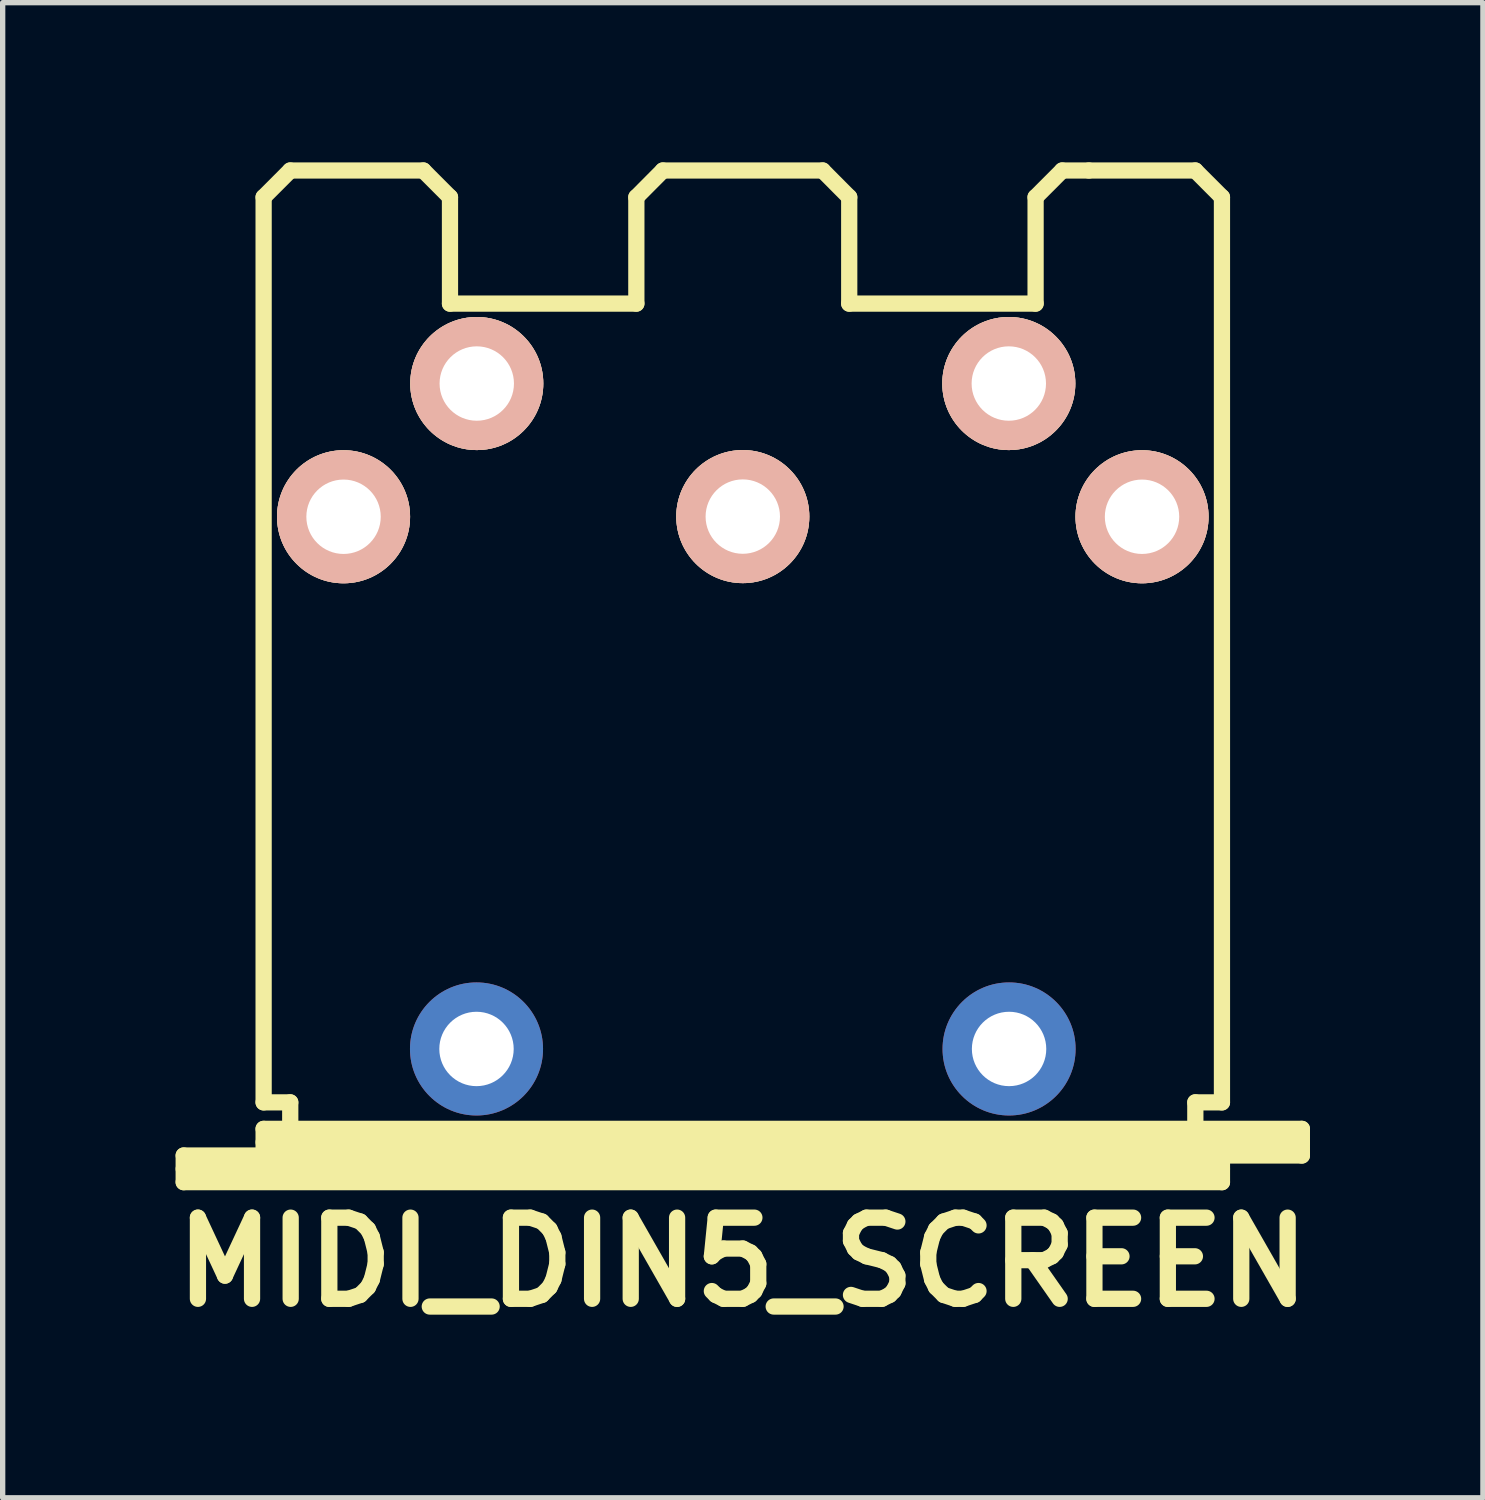
<source format=kicad_pcb>
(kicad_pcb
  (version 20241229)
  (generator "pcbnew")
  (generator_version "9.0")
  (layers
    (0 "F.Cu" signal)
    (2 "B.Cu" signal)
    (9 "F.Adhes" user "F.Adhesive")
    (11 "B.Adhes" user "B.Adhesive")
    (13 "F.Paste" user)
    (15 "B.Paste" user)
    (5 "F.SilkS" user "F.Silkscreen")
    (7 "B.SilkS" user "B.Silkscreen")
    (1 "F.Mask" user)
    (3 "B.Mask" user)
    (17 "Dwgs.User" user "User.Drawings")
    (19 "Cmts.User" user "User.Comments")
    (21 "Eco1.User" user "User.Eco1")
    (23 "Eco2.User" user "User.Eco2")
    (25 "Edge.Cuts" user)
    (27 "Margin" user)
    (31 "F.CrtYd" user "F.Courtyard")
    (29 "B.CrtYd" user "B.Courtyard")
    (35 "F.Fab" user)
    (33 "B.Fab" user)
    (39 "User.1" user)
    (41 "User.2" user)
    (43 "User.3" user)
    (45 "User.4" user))
  (footprint "MIDI_DIN5_SCREEN"
    (layer "F.Cu")
    (at 10.9 9.652)
    (property "Reference" "MIDI_DIN5_SCREEN" (at 0 11.001 0) (layer "F.SilkS") (effects (font (size 1.524 1.524) (thickness 0.305))))
    (attr through_hole)
    (fp_line (start -10.5 8.999) (end -8.999 8.999) (stroke (width 0.305) (type solid)) (layer "F.SilkS"))
    (fp_line (start -10.5 9.251) (end 8.999 9.251) (stroke (width 0.305) (type solid)) (layer "F.SilkS"))
    (fp_line (start -10.5 9.5) (end -10.5 8.999) (stroke (width 0.305) (type solid)) (layer "F.SilkS"))
    (fp_line (start -8.999 -8.999) (end -8.999 8.001) (stroke (width 0.305) (type solid)) (layer "F.SilkS"))
    (fp_line (start -8.999 -8.999) (end -8.499 -9.5) (stroke (width 0.305) (type solid)) (layer "F.SilkS"))
    (fp_line (start -8.999 8.001) (end -8.499 8.001) (stroke (width 0.305) (type solid)) (layer "F.SilkS"))
    (fp_line (start -8.999 8.499) (end 10.5 8.499) (stroke (width 0.305) (type solid)) (layer "F.SilkS"))
    (fp_line (start -8.999 8.75) (end 10.5 8.75) (stroke (width 0.305) (type solid)) (layer "F.SilkS"))
    (fp_line (start -8.999 8.999) (end -8.999 8.499) (stroke (width 0.305) (type solid)) (layer "F.SilkS"))
    (fp_line (start -8.499 -9.5) (end -5.999 -9.5) (stroke (width 0.305) (type solid)) (layer "F.SilkS"))
    (fp_line (start -8.499 8.001) (end -8.499 8.499) (stroke (width 0.305) (type solid)) (layer "F.SilkS"))
    (fp_line (start -5.999 -9.5) (end -5.499 -8.999) (stroke (width 0.305) (type solid)) (layer "F.SilkS"))
    (fp_line (start -5.499 -8.999) (end -5.499 -7) (stroke (width 0.305) (type solid)) (layer "F.SilkS"))
    (fp_line (start -5.499 -7) (end -1.999 -7) (stroke (width 0.305) (type solid)) (layer "F.SilkS"))
    (fp_line (start -1.999 -8.999) (end -1.999 -7) (stroke (width 0.305) (type solid)) (layer "F.SilkS"))
    (fp_line (start -1.501 -9.5) (end -1.999 -8.999) (stroke (width 0.305) (type solid)) (layer "F.SilkS"))
    (fp_line (start -1.501 -9.5) (end 1.501 -9.5) (stroke (width 0.305) (type solid)) (layer "F.SilkS"))
    (fp_line (start 1.501 -9.5) (end 1.999 -8.999) (stroke (width 0.305) (type solid)) (layer "F.SilkS"))
    (fp_line (start 1.999 -8.999) (end 1.999 -7) (stroke (width 0.305) (type solid)) (layer "F.SilkS"))
    (fp_line (start 5.499 -8.999) (end 5.499 -7) (stroke (width 0.305) (type solid)) (layer "F.SilkS"))
    (fp_line (start 5.499 -7) (end 1.999 -7) (stroke (width 0.305) (type solid)) (layer "F.SilkS"))
    (fp_line (start 5.999 -9.5) (end 5.499 -8.999) (stroke (width 0.305) (type solid)) (layer "F.SilkS"))
    (fp_line (start 6.5 -9.5) (end 5.999 -9.5) (stroke (width 0.305) (type solid)) (layer "F.SilkS"))
    (fp_line (start 8.499 -9.5) (end 6.5 -9.5) (stroke (width 0.305) (type solid)) (layer "F.SilkS"))
    (fp_line (start 8.499 8.499) (end 8.499 8.001) (stroke (width 0.305) (type solid)) (layer "F.SilkS"))
    (fp_line (start 8.999 -8.999) (end 8.499 -9.5) (stroke (width 0.305) (type solid)) (layer "F.SilkS"))
    (fp_line (start 8.999 -8.999) (end 8.999 8.001) (stroke (width 0.305) (type solid)) (layer "F.SilkS"))
    (fp_line (start 8.999 8.001) (end 8.499 8.001) (stroke (width 0.305) (type solid)) (layer "F.SilkS"))
    (fp_line (start 8.999 8.999) (end -8.999 8.999) (stroke (width 0.305) (type solid)) (layer "F.SilkS"))
    (fp_line (start 8.999 8.999) (end 8.999 9.5) (stroke (width 0.305) (type solid)) (layer "F.SilkS"))
    (fp_line (start 8.999 9.5) (end -10.5 9.5) (stroke (width 0.305) (type solid)) (layer "F.SilkS"))
    (fp_line (start 10.5 8.499) (end 10.5 8.999) (stroke (width 0.305) (type solid)) (layer "F.SilkS"))
    (fp_line (start 10.5 8.999) (end 8.999 8.999) (stroke (width 0.305) (type solid)) (layer "F.SilkS"))
    (pad "1" thru_hole circle (at 7.498 -2.997) (size 2.499 2.499) (drill 1.397) (layers "*.Cu" "*.SilkS" "*.Mask"))
    (pad "2" thru_hole circle (at 0 -3) (size 2.499 2.499) (drill 1.397) (layers "*.Cu" "*.SilkS" "*.Mask"))
    (pad "3" thru_hole circle (at -7.498 -2.997) (size 2.499 2.499) (drill 1.397) (layers "*.Cu" "*.SilkS" "*.Mask"))
    (pad "4" thru_hole circle (at 4.996 -5.499) (size 2.499 2.499) (drill 1.397) (layers "*.Cu" "*.SilkS" "*.Mask"))
    (pad "5" thru_hole circle (at -4.996 -5.499) (size 2.499 2.499) (drill 1.397) (layers "*.Cu" "*.SilkS" "*.Mask"))
    (pad "6" thru_hole circle (at -5.001 6.998) (size 2.499 2.499) (drill 1.397) (layers "*.Cu" "*.Mask"))
    (pad "6" thru_hole circle (at 5.001 6.998) (size 2.499 2.499) (drill 1.397) (layers "*.Cu" "*.Mask")))
  (gr_rect
    (start -3 -3)
    (end 24.8 25.079)
    (stroke (width 0.1) (type default))
    (fill no)
    (layer "Edge.Cuts")))
</source>
